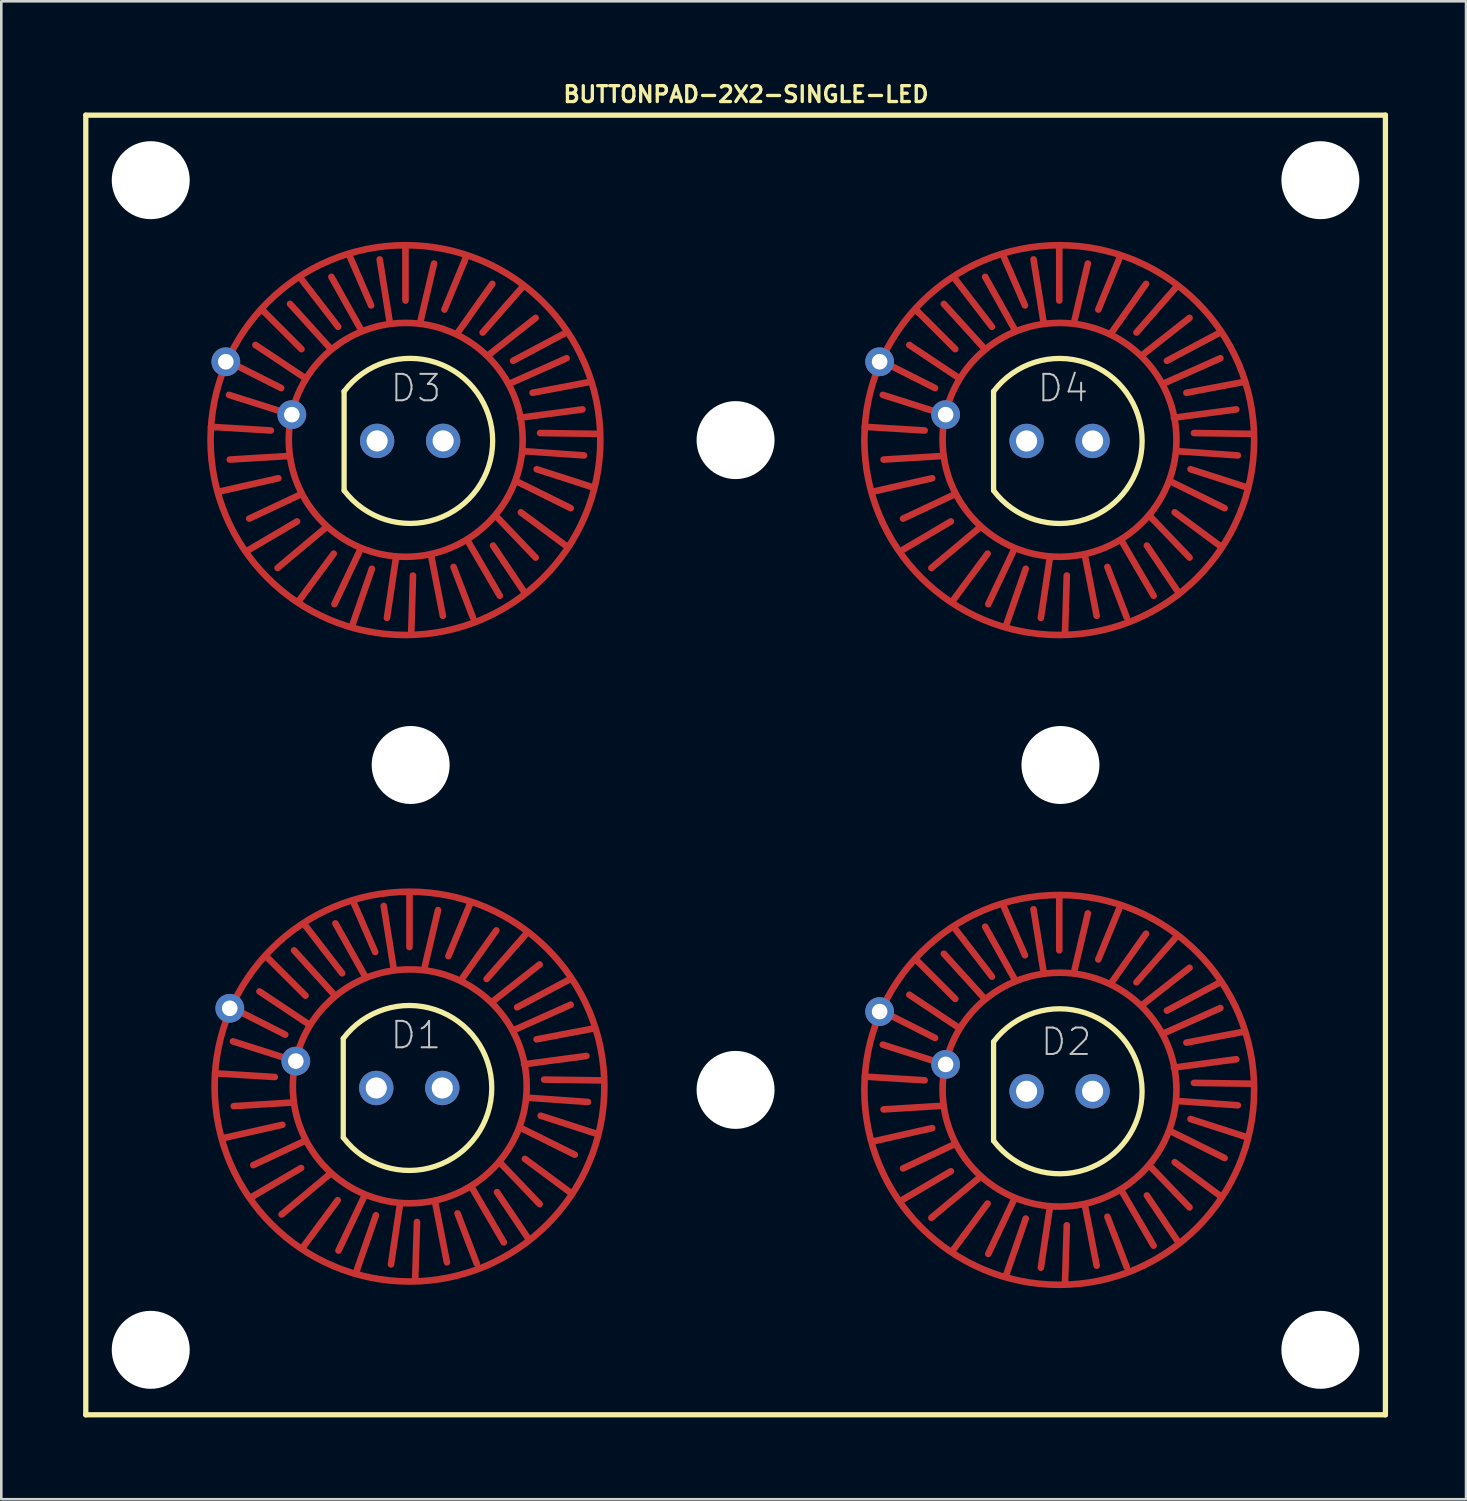
<source format=kicad_pcb>
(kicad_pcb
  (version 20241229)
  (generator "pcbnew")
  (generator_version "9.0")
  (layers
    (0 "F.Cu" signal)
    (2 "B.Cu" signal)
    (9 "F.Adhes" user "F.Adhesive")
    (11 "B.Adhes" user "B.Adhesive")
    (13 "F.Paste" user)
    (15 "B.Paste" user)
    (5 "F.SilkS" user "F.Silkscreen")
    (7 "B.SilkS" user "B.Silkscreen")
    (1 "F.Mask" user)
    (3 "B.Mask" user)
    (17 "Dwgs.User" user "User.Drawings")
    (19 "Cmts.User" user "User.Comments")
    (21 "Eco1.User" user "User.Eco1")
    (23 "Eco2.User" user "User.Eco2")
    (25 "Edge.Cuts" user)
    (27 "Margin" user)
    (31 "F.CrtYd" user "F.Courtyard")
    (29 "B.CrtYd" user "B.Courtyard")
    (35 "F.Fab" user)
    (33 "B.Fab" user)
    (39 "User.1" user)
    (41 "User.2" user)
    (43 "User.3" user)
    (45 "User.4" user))
  (footprint "BUTTONPAD-2X2-SINGLE-LED"
    (layer "F.Cu")
    (at 0.25 51.38)
    (property "Reference" "BUTTONPAD-2X2-SINGLE-LED" (at 25.4 -50.8 0) (layer "F.SilkS") (effects (font (size 0.61 0.61) (thickness 0.127))))
    (attr exclude_from_pos_files exclude_from_bom)
    (fp_line (start 4.818 -38.009) (end 7.12 -37.869) (stroke (width 0.254) (type solid)) (layer "F.Cu"))
    (fp_line (start 4.973 -13.137) (end 7.272 -12.995) (stroke (width 0.254) (type solid)) (layer "F.Cu"))
    (fp_line (start 5.138 -35.519) (end 7.409 -36.03) (stroke (width 0.254) (type solid)) (layer "F.Cu"))
    (fp_line (start 5.293 -10.645) (end 7.562 -11.156) (stroke (width 0.254) (type solid)) (layer "F.Cu"))
    (fp_line (start 5.458 -40.538) (end 7.518 -39.5) (stroke (width 0.254) (type solid)) (layer "F.Cu"))
    (fp_line (start 5.613 -15.667) (end 7.673 -14.625) (stroke (width 0.254) (type solid)) (layer "F.Cu"))
    (fp_line (start 6.228 -33.249) (end 8.128 -34.369) (stroke (width 0.254) (type solid)) (layer "F.Cu"))
    (fp_line (start 6.383 -8.377) (end 8.283 -9.495) (stroke (width 0.254) (type solid)) (layer "F.Cu"))
    (fp_line (start 6.8 -42.499) (end 8.298 -40.998) (stroke (width 0.254) (type solid)) (layer "F.Cu"))
    (fp_line (start 6.952 -17.625) (end 8.453 -16.126) (stroke (width 0.254) (type solid)) (layer "F.Cu"))
    (fp_line (start 7.838 -38.499) (end 5.509 -39.238) (stroke (width 0.254) (type solid)) (layer "F.Cu"))
    (fp_line (start 7.838 -36.888) (end 5.54 -36.749) (stroke (width 0.254) (type solid)) (layer "F.Cu"))
    (fp_line (start 7.993 -13.625) (end 5.662 -14.366) (stroke (width 0.254) (type solid)) (layer "F.Cu"))
    (fp_line (start 7.993 -12.017) (end 5.692 -11.874) (stroke (width 0.254) (type solid)) (layer "F.Cu"))
    (fp_line (start 8.209 -31.328) (end 9.538 -33.129) (stroke (width 0.254) (type solid)) (layer "F.Cu"))
    (fp_line (start 8.288 -43.698) (end 9.708 -41.859) (stroke (width 0.254) (type solid)) (layer "F.Cu"))
    (fp_line (start 8.288 -35.418) (end 6.289 -34.478) (stroke (width 0.254) (type solid)) (layer "F.Cu"))
    (fp_line (start 8.362 -6.457) (end 9.693 -8.255) (stroke (width 0.254) (type solid)) (layer "F.Cu"))
    (fp_line (start 8.443 -18.826) (end 9.863 -16.985) (stroke (width 0.254) (type solid)) (layer "F.Cu"))
    (fp_line (start 8.443 -10.546) (end 6.444 -9.606) (stroke (width 0.254) (type solid)) (layer "F.Cu"))
    (fp_line (start 8.448 -39.878) (end 6.528 -41.158) (stroke (width 0.254) (type solid)) (layer "F.Cu"))
    (fp_line (start 8.603 -15.006) (end 6.683 -16.286) (stroke (width 0.254) (type solid)) (layer "F.Cu"))
    (fp_line (start 9.228 -34.13) (end 7.379 -32.578) (stroke (width 0.254) (type solid)) (layer "F.Cu"))
    (fp_line (start 9.383 -9.256) (end 7.534 -7.706) (stroke (width 0.254) (type solid)) (layer "F.Cu"))
    (fp_line (start 9.388 -41.049) (end 7.859 -42.738) (stroke (width 0.254) (type solid)) (layer "F.Cu"))
    (fp_line (start 9.543 -16.175) (end 8.014 -17.866) (stroke (width 0.254) (type solid)) (layer "F.Cu"))
    (fp_line (start 10.14 -44.607) (end 10.978 -42.68) (stroke (width 0.254) (type solid)) (layer "F.Cu"))
    (fp_line (start 10.269 -30.419) (end 11.008 -32.548) (stroke (width 0.254) (type solid)) (layer "F.Cu"))
    (fp_line (start 10.292 -19.736) (end 11.133 -17.805) (stroke (width 0.254) (type solid)) (layer "F.Cu"))
    (fp_line (start 10.422 -5.545) (end 11.163 -7.676) (stroke (width 0.254) (type solid)) (layer "F.Cu"))
    (fp_line (start 10.559 -41.798) (end 9.449 -43.779) (stroke (width 0.254) (type solid)) (layer "F.Cu"))
    (fp_line (start 10.559 -33.279) (end 9.568 -31.189) (stroke (width 0.254) (type solid)) (layer "F.Cu"))
    (fp_line (start 10.714 -16.927) (end 9.604 -18.905) (stroke (width 0.254) (type solid)) (layer "F.Cu"))
    (fp_line (start 10.714 -8.405) (end 9.723 -6.317) (stroke (width 0.254) (type solid)) (layer "F.Cu"))
    (fp_line (start 11.689 -42.067) (end 11.308 -44.45) (stroke (width 0.254) (type solid)) (layer "F.Cu"))
    (fp_line (start 11.841 -17.196) (end 11.463 -19.576) (stroke (width 0.254) (type solid)) (layer "F.Cu"))
    (fp_line (start 11.928 -32.929) (end 11.587 -30.658) (stroke (width 0.254) (type solid)) (layer "F.Cu"))
    (fp_line (start 12.083 -8.057) (end 11.742 -5.786) (stroke (width 0.254) (type solid)) (layer "F.Cu"))
    (fp_line (start 12.299 -44.958) (end 12.299 -42.868) (stroke (width 0.254) (type solid)) (layer "F.Cu"))
    (fp_line (start 12.454 -20.086) (end 12.454 -17.996) (stroke (width 0.254) (type solid)) (layer "F.Cu"))
    (fp_line (start 12.52 -30.058) (end 12.588 -32.288) (stroke (width 0.254) (type solid)) (layer "F.Cu"))
    (fp_line (start 12.672 -5.187) (end 12.743 -7.417) (stroke (width 0.254) (type solid)) (layer "F.Cu"))
    (fp_line (start 12.888 -42.118) (end 13.399 -44.29) (stroke (width 0.254) (type solid)) (layer "F.Cu"))
    (fp_line (start 13.043 -17.247) (end 13.553 -19.416) (stroke (width 0.254) (type solid)) (layer "F.Cu"))
    (fp_line (start 13.289 -33.038) (end 13.739 -30.739) (stroke (width 0.254) (type solid)) (layer "F.Cu"))
    (fp_line (start 13.442 -8.166) (end 13.894 -5.865) (stroke (width 0.254) (type solid)) (layer "F.Cu"))
    (fp_line (start 14.28 -41.59) (end 15.639 -43.508) (stroke (width 0.254) (type solid)) (layer "F.Cu"))
    (fp_line (start 14.432 -16.716) (end 15.794 -18.636) (stroke (width 0.254) (type solid)) (layer "F.Cu"))
    (fp_line (start 14.628 -44.529) (end 13.8 -42.52) (stroke (width 0.254) (type solid)) (layer "F.Cu"))
    (fp_line (start 14.709 -33.599) (end 15.928 -31.509) (stroke (width 0.254) (type solid)) (layer "F.Cu"))
    (fp_line (start 14.783 -19.655) (end 13.952 -17.645) (stroke (width 0.254) (type solid)) (layer "F.Cu"))
    (fp_line (start 14.862 -8.725) (end 16.083 -6.634) (stroke (width 0.254) (type solid)) (layer "F.Cu"))
    (fp_line (start 14.889 -30.688) (end 14.148 -32.619) (stroke (width 0.254) (type solid)) (layer "F.Cu"))
    (fp_line (start 15.042 -5.817) (end 14.303 -7.747) (stroke (width 0.254) (type solid)) (layer "F.Cu"))
    (fp_line (start 15.479 -40.759) (end 17.308 -42.2) (stroke (width 0.254) (type solid)) (layer "F.Cu"))
    (fp_line (start 15.634 -15.885) (end 17.462 -17.325) (stroke (width 0.254) (type solid)) (layer "F.Cu"))
    (fp_line (start 15.799 -34.559) (end 17.308 -32.979) (stroke (width 0.254) (type solid)) (layer "F.Cu"))
    (fp_line (start 15.954 -9.685) (end 17.462 -8.105) (stroke (width 0.254) (type solid)) (layer "F.Cu"))
    (fp_line (start 16.279 -39.66) (end 18.499 -40.648) (stroke (width 0.254) (type solid)) (layer "F.Cu"))
    (fp_line (start 16.434 -14.785) (end 18.654 -15.776) (stroke (width 0.254) (type solid)) (layer "F.Cu"))
    (fp_line (start 16.599 -35.898) (end 18.659 -34.879) (stroke (width 0.254) (type solid)) (layer "F.Cu"))
    (fp_line (start 16.708 -38.359) (end 19.108 -38.679) (stroke (width 0.254) (type solid)) (layer "F.Cu"))
    (fp_line (start 16.754 -11.026) (end 18.814 -10.005) (stroke (width 0.254) (type solid)) (layer "F.Cu"))
    (fp_line (start 16.82 -43.409) (end 15.268 -41.638) (stroke (width 0.254) (type solid)) (layer "F.Cu"))
    (fp_line (start 16.838 -31.699) (end 15.669 -33.439) (stroke (width 0.254) (type solid)) (layer "F.Cu"))
    (fp_line (start 16.863 -13.485) (end 19.263 -13.805) (stroke (width 0.254) (type solid)) (layer "F.Cu"))
    (fp_line (start 16.899 -37.069) (end 19.169 -36.909) (stroke (width 0.254) (type solid)) (layer "F.Cu"))
    (fp_line (start 16.972 -18.537) (end 15.423 -16.767) (stroke (width 0.254) (type solid)) (layer "F.Cu"))
    (fp_line (start 16.993 -6.825) (end 15.822 -8.565) (stroke (width 0.254) (type solid)) (layer "F.Cu"))
    (fp_line (start 17.054 -12.195) (end 19.322 -12.035) (stroke (width 0.254) (type solid)) (layer "F.Cu"))
    (fp_line (start 18.448 -41.618) (end 16.439 -40.549) (stroke (width 0.254) (type solid)) (layer "F.Cu"))
    (fp_line (start 18.468 -33.439) (end 16.739 -34.719) (stroke (width 0.254) (type solid)) (layer "F.Cu"))
    (fp_line (start 18.603 -16.746) (end 16.594 -15.677) (stroke (width 0.254) (type solid)) (layer "F.Cu"))
    (fp_line (start 18.623 -8.565) (end 16.894 -9.845) (stroke (width 0.254) (type solid)) (layer "F.Cu"))
    (fp_line (start 19.408 -39.738) (end 17.188 -39.319) (stroke (width 0.254) (type solid)) (layer "F.Cu"))
    (fp_line (start 19.52 -35.679) (end 17.348 -36.378) (stroke (width 0.254) (type solid)) (layer "F.Cu"))
    (fp_line (start 19.563 -14.867) (end 17.343 -14.445) (stroke (width 0.254) (type solid)) (layer "F.Cu"))
    (fp_line (start 19.672 -10.805) (end 17.503 -11.506) (stroke (width 0.254) (type solid)) (layer "F.Cu"))
    (fp_line (start 19.68 -37.739) (end 17.478 -37.77) (stroke (width 0.254) (type solid)) (layer "F.Cu"))
    (fp_line (start 19.832 -12.865) (end 17.633 -12.896) (stroke (width 0.254) (type solid)) (layer "F.Cu"))
    (fp_line (start 29.972 -38.009) (end 32.273 -37.869) (stroke (width 0.254) (type solid)) (layer "F.Cu"))
    (fp_line (start 29.972 -13.01) (end 32.273 -12.868) (stroke (width 0.254) (type solid)) (layer "F.Cu"))
    (fp_line (start 30.292 -35.519) (end 32.563 -36.03) (stroke (width 0.254) (type solid)) (layer "F.Cu"))
    (fp_line (start 30.292 -10.518) (end 32.563 -11.029) (stroke (width 0.254) (type solid)) (layer "F.Cu"))
    (fp_line (start 30.612 -40.538) (end 32.672 -39.5) (stroke (width 0.254) (type solid)) (layer "F.Cu"))
    (fp_line (start 30.612 -15.54) (end 32.672 -14.498) (stroke (width 0.254) (type solid)) (layer "F.Cu"))
    (fp_line (start 31.382 -33.249) (end 33.282 -34.369) (stroke (width 0.254) (type solid)) (layer "F.Cu"))
    (fp_line (start 31.382 -8.25) (end 33.282 -9.368) (stroke (width 0.254) (type solid)) (layer "F.Cu"))
    (fp_line (start 31.953 -42.499) (end 33.452 -40.998) (stroke (width 0.254) (type solid)) (layer "F.Cu"))
    (fp_line (start 31.953 -17.498) (end 33.452 -15.999) (stroke (width 0.254) (type solid)) (layer "F.Cu"))
    (fp_line (start 32.992 -38.499) (end 30.663 -39.238) (stroke (width 0.254) (type solid)) (layer "F.Cu"))
    (fp_line (start 32.992 -36.888) (end 30.693 -36.749) (stroke (width 0.254) (type solid)) (layer "F.Cu"))
    (fp_line (start 32.992 -13.498) (end 30.663 -14.239) (stroke (width 0.254) (type solid)) (layer "F.Cu"))
    (fp_line (start 32.992 -11.89) (end 30.693 -11.748) (stroke (width 0.254) (type solid)) (layer "F.Cu"))
    (fp_line (start 33.363 -31.328) (end 34.694 -33.129) (stroke (width 0.254) (type solid)) (layer "F.Cu"))
    (fp_line (start 33.363 -6.33) (end 34.694 -8.128) (stroke (width 0.254) (type solid)) (layer "F.Cu"))
    (fp_line (start 33.442 -43.698) (end 34.861 -41.859) (stroke (width 0.254) (type solid)) (layer "F.Cu"))
    (fp_line (start 33.442 -35.418) (end 31.443 -34.478) (stroke (width 0.254) (type solid)) (layer "F.Cu"))
    (fp_line (start 33.442 -18.699) (end 34.861 -16.858) (stroke (width 0.254) (type solid)) (layer "F.Cu"))
    (fp_line (start 33.442 -10.419) (end 31.443 -9.479) (stroke (width 0.254) (type solid)) (layer "F.Cu"))
    (fp_line (start 33.602 -39.878) (end 31.684 -41.158) (stroke (width 0.254) (type solid)) (layer "F.Cu"))
    (fp_line (start 33.602 -14.879) (end 31.684 -16.159) (stroke (width 0.254) (type solid)) (layer "F.Cu"))
    (fp_line (start 34.384 -34.13) (end 32.532 -32.578) (stroke (width 0.254) (type solid)) (layer "F.Cu"))
    (fp_line (start 34.384 -9.129) (end 32.532 -7.579) (stroke (width 0.254) (type solid)) (layer "F.Cu"))
    (fp_line (start 34.544 -41.049) (end 33.012 -42.738) (stroke (width 0.254) (type solid)) (layer "F.Cu"))
    (fp_line (start 34.544 -16.048) (end 33.012 -17.739) (stroke (width 0.254) (type solid)) (layer "F.Cu"))
    (fp_line (start 35.293 -44.607) (end 36.132 -42.68) (stroke (width 0.254) (type solid)) (layer "F.Cu"))
    (fp_line (start 35.293 -19.609) (end 36.132 -17.678) (stroke (width 0.254) (type solid)) (layer "F.Cu"))
    (fp_line (start 35.423 -30.419) (end 36.162 -32.548) (stroke (width 0.254) (type solid)) (layer "F.Cu"))
    (fp_line (start 35.423 -5.418) (end 36.162 -7.549) (stroke (width 0.254) (type solid)) (layer "F.Cu"))
    (fp_line (start 35.712 -41.798) (end 34.602 -43.779) (stroke (width 0.254) (type solid)) (layer "F.Cu"))
    (fp_line (start 35.712 -33.279) (end 34.722 -31.189) (stroke (width 0.254) (type solid)) (layer "F.Cu"))
    (fp_line (start 35.712 -16.8) (end 34.602 -18.778) (stroke (width 0.254) (type solid)) (layer "F.Cu"))
    (fp_line (start 35.712 -8.278) (end 34.722 -6.19) (stroke (width 0.254) (type solid)) (layer "F.Cu"))
    (fp_line (start 36.843 -42.067) (end 36.462 -44.45) (stroke (width 0.254) (type solid)) (layer "F.Cu"))
    (fp_line (start 36.843 -17.069) (end 36.462 -19.449) (stroke (width 0.254) (type solid)) (layer "F.Cu"))
    (fp_line (start 37.084 -32.929) (end 36.744 -30.658) (stroke (width 0.254) (type solid)) (layer "F.Cu"))
    (fp_line (start 37.084 -7.93) (end 36.744 -5.659) (stroke (width 0.254) (type solid)) (layer "F.Cu"))
    (fp_line (start 37.452 -44.958) (end 37.452 -42.868) (stroke (width 0.254) (type solid)) (layer "F.Cu"))
    (fp_line (start 37.452 -19.959) (end 37.452 -17.869) (stroke (width 0.254) (type solid)) (layer "F.Cu"))
    (fp_line (start 37.673 -30.058) (end 37.742 -32.288) (stroke (width 0.254) (type solid)) (layer "F.Cu"))
    (fp_line (start 37.673 -5.06) (end 37.742 -7.29) (stroke (width 0.254) (type solid)) (layer "F.Cu"))
    (fp_line (start 38.042 -42.118) (end 38.552 -44.29) (stroke (width 0.254) (type solid)) (layer "F.Cu"))
    (fp_line (start 38.042 -17.12) (end 38.552 -19.289) (stroke (width 0.254) (type solid)) (layer "F.Cu"))
    (fp_line (start 38.443 -33.038) (end 38.892 -30.739) (stroke (width 0.254) (type solid)) (layer "F.Cu"))
    (fp_line (start 38.443 -8.039) (end 38.892 -5.738) (stroke (width 0.254) (type solid)) (layer "F.Cu"))
    (fp_line (start 39.434 -41.59) (end 40.792 -43.508) (stroke (width 0.254) (type solid)) (layer "F.Cu"))
    (fp_line (start 39.434 -16.589) (end 40.792 -18.509) (stroke (width 0.254) (type solid)) (layer "F.Cu"))
    (fp_line (start 39.781 -44.529) (end 38.953 -42.52) (stroke (width 0.254) (type solid)) (layer "F.Cu"))
    (fp_line (start 39.781 -19.528) (end 38.953 -17.518) (stroke (width 0.254) (type solid)) (layer "F.Cu"))
    (fp_line (start 39.863 -33.599) (end 41.082 -31.509) (stroke (width 0.254) (type solid)) (layer "F.Cu"))
    (fp_line (start 39.863 -8.598) (end 41.082 -6.507) (stroke (width 0.254) (type solid)) (layer "F.Cu"))
    (fp_line (start 40.043 -30.688) (end 39.304 -32.619) (stroke (width 0.254) (type solid)) (layer "F.Cu"))
    (fp_line (start 40.043 -5.69) (end 39.304 -7.62) (stroke (width 0.254) (type solid)) (layer "F.Cu"))
    (fp_line (start 40.632 -40.759) (end 42.464 -42.2) (stroke (width 0.254) (type solid)) (layer "F.Cu"))
    (fp_line (start 40.632 -15.758) (end 42.464 -17.198) (stroke (width 0.254) (type solid)) (layer "F.Cu"))
    (fp_line (start 40.952 -34.559) (end 42.464 -32.979) (stroke (width 0.254) (type solid)) (layer "F.Cu"))
    (fp_line (start 40.952 -9.558) (end 42.464 -7.978) (stroke (width 0.254) (type solid)) (layer "F.Cu"))
    (fp_line (start 41.432 -39.66) (end 43.652 -40.648) (stroke (width 0.254) (type solid)) (layer "F.Cu"))
    (fp_line (start 41.432 -14.658) (end 43.652 -15.649) (stroke (width 0.254) (type solid)) (layer "F.Cu"))
    (fp_line (start 41.753 -35.898) (end 43.812 -34.879) (stroke (width 0.254) (type solid)) (layer "F.Cu"))
    (fp_line (start 41.753 -10.899) (end 43.812 -9.878) (stroke (width 0.254) (type solid)) (layer "F.Cu"))
    (fp_line (start 41.862 -38.359) (end 44.262 -38.679) (stroke (width 0.254) (type solid)) (layer "F.Cu"))
    (fp_line (start 41.862 -13.358) (end 44.262 -13.678) (stroke (width 0.254) (type solid)) (layer "F.Cu"))
    (fp_line (start 41.974 -43.409) (end 40.422 -41.638) (stroke (width 0.254) (type solid)) (layer "F.Cu"))
    (fp_line (start 41.974 -18.41) (end 40.422 -16.64) (stroke (width 0.254) (type solid)) (layer "F.Cu"))
    (fp_line (start 41.994 -31.699) (end 40.823 -33.439) (stroke (width 0.254) (type solid)) (layer "F.Cu"))
    (fp_line (start 41.994 -6.698) (end 40.823 -8.438) (stroke (width 0.254) (type solid)) (layer "F.Cu"))
    (fp_line (start 42.052 -37.069) (end 44.323 -36.909) (stroke (width 0.254) (type solid)) (layer "F.Cu"))
    (fp_line (start 42.052 -12.068) (end 44.323 -11.908) (stroke (width 0.254) (type solid)) (layer "F.Cu"))
    (fp_line (start 43.602 -41.618) (end 41.593 -40.549) (stroke (width 0.254) (type solid)) (layer "F.Cu"))
    (fp_line (start 43.602 -16.619) (end 41.593 -15.55) (stroke (width 0.254) (type solid)) (layer "F.Cu"))
    (fp_line (start 43.622 -33.439) (end 41.892 -34.719) (stroke (width 0.254) (type solid)) (layer "F.Cu"))
    (fp_line (start 43.622 -8.438) (end 41.892 -9.718) (stroke (width 0.254) (type solid)) (layer "F.Cu"))
    (fp_line (start 44.562 -39.738) (end 42.342 -39.319) (stroke (width 0.254) (type solid)) (layer "F.Cu"))
    (fp_line (start 44.562 -14.74) (end 42.342 -14.318) (stroke (width 0.254) (type solid)) (layer "F.Cu"))
    (fp_line (start 44.674 -35.679) (end 42.502 -36.378) (stroke (width 0.254) (type solid)) (layer "F.Cu"))
    (fp_line (start 44.674 -10.678) (end 42.502 -11.379) (stroke (width 0.254) (type solid)) (layer "F.Cu"))
    (fp_line (start 44.834 -37.739) (end 42.634 -37.77) (stroke (width 0.254) (type solid)) (layer "F.Cu"))
    (fp_line (start 44.834 -12.738) (end 42.634 -12.769) (stroke (width 0.254) (type solid)) (layer "F.Cu"))
    (fp_circle (center 12.299 -37.498) (end 12.299 -44.996) (stroke (width 0.254) (type solid)) (fill no) (layer "F.Cu"))
    (fp_circle (center 12.309 -37.508) (end 12.309 -42.007) (stroke (width 0.254) (type solid)) (fill no) (layer "F.Cu"))
    (fp_circle (center 12.454 -12.626) (end 12.454 -20.124) (stroke (width 0.254) (type solid)) (fill no) (layer "F.Cu"))
    (fp_circle (center 12.464 -12.636) (end 12.464 -17.135) (stroke (width 0.254) (type solid)) (fill no) (layer "F.Cu"))
    (fp_circle (center 37.452 -37.498) (end 37.452 -44.996) (stroke (width 0.254) (type solid)) (fill no) (layer "F.Cu"))
    (fp_circle (center 37.452 -12.499) (end 37.452 -19.997) (stroke (width 0.254) (type solid)) (fill no) (layer "F.Cu"))
    (fp_circle (center 37.462 -37.508) (end 37.462 -42.007) (stroke (width 0.254) (type solid)) (fill no) (layer "F.Cu"))
    (fp_circle (center 37.462 -12.509) (end 37.462 -17.008) (stroke (width 0.254) (type solid)) (fill no) (layer "F.Cu"))
    (fp_line (start 4.829 -38.009) (end 7.12 -37.869) (stroke (width 0.254) (type solid)) (layer "F.Mask"))
    (fp_line (start 4.983 -13.137) (end 7.272 -12.995) (stroke (width 0.254) (type solid)) (layer "F.Mask"))
    (fp_line (start 5.458 -40.528) (end 7.518 -39.5) (stroke (width 0.254) (type solid)) (layer "F.Mask"))
    (fp_line (start 5.509 -39.238) (end 7.879 -38.478) (stroke (width 0.254) (type solid)) (layer "F.Mask"))
    (fp_line (start 5.54 -36.749) (end 7.838 -36.899) (stroke (width 0.254) (type solid)) (layer "F.Mask"))
    (fp_line (start 5.613 -15.657) (end 7.673 -14.625) (stroke (width 0.254) (type solid)) (layer "F.Mask"))
    (fp_line (start 5.662 -14.366) (end 8.031 -13.607) (stroke (width 0.254) (type solid)) (layer "F.Mask"))
    (fp_line (start 5.692 -11.874) (end 7.993 -12.027) (stroke (width 0.254) (type solid)) (layer "F.Mask"))
    (fp_line (start 6.18 -33.218) (end 8.128 -34.369) (stroke (width 0.254) (type solid)) (layer "F.Mask"))
    (fp_line (start 6.289 -34.478) (end 8.288 -35.418) (stroke (width 0.254) (type solid)) (layer "F.Mask"))
    (fp_line (start 6.332 -8.346) (end 8.283 -9.495) (stroke (width 0.254) (type solid)) (layer "F.Mask"))
    (fp_line (start 6.444 -9.606) (end 8.443 -10.546) (stroke (width 0.254) (type solid)) (layer "F.Mask"))
    (fp_line (start 6.528 -41.158) (end 8.39 -39.929) (stroke (width 0.254) (type solid)) (layer "F.Mask"))
    (fp_line (start 6.683 -16.286) (end 8.542 -15.055) (stroke (width 0.254) (type solid)) (layer "F.Mask"))
    (fp_line (start 6.779 -42.509) (end 8.298 -40.998) (stroke (width 0.254) (type solid)) (layer "F.Mask"))
    (fp_line (start 6.932 -17.635) (end 8.453 -16.126) (stroke (width 0.254) (type solid)) (layer "F.Mask"))
    (fp_line (start 7.409 -36.03) (end 5.128 -35.519) (stroke (width 0.254) (type solid)) (layer "F.Mask"))
    (fp_line (start 7.562 -11.156) (end 5.283 -10.645) (stroke (width 0.254) (type solid)) (layer "F.Mask"))
    (fp_line (start 7.859 -42.738) (end 9.418 -41.018) (stroke (width 0.254) (type solid)) (layer "F.Mask"))
    (fp_line (start 8.014 -17.866) (end 9.573 -16.147) (stroke (width 0.254) (type solid)) (layer "F.Mask"))
    (fp_line (start 8.258 -43.739) (end 9.708 -41.859) (stroke (width 0.254) (type solid)) (layer "F.Mask"))
    (fp_line (start 8.412 -18.865) (end 9.863 -16.985) (stroke (width 0.254) (type solid)) (layer "F.Mask"))
    (fp_line (start 9.248 -34.158) (end 7.379 -32.578) (stroke (width 0.254) (type solid)) (layer "F.Mask"))
    (fp_line (start 9.403 -9.286) (end 7.534 -7.706) (stroke (width 0.254) (type solid)) (layer "F.Mask"))
    (fp_line (start 9.449 -43.779) (end 10.559 -41.798) (stroke (width 0.254) (type solid)) (layer "F.Mask"))
    (fp_line (start 9.538 -33.129) (end 8.199 -31.278) (stroke (width 0.254) (type solid)) (layer "F.Mask"))
    (fp_line (start 9.558 -31.189) (end 10.549 -33.249) (stroke (width 0.254) (type solid)) (layer "F.Mask"))
    (fp_line (start 9.604 -18.905) (end 10.714 -16.927) (stroke (width 0.254) (type solid)) (layer "F.Mask"))
    (fp_line (start 9.693 -8.255) (end 8.352 -6.406) (stroke (width 0.254) (type solid)) (layer "F.Mask"))
    (fp_line (start 9.713 -6.317) (end 10.704 -8.377) (stroke (width 0.254) (type solid)) (layer "F.Mask"))
    (fp_line (start 10.978 -42.68) (end 10.119 -44.648) (stroke (width 0.254) (type solid)) (layer "F.Mask"))
    (fp_line (start 11.008 -32.548) (end 10.249 -30.368) (stroke (width 0.254) (type solid)) (layer "F.Mask"))
    (fp_line (start 11.133 -17.805) (end 10.272 -19.776) (stroke (width 0.254) (type solid)) (layer "F.Mask"))
    (fp_line (start 11.163 -7.676) (end 10.404 -5.497) (stroke (width 0.254) (type solid)) (layer "F.Mask"))
    (fp_line (start 11.587 -30.658) (end 11.938 -32.99) (stroke (width 0.254) (type solid)) (layer "F.Mask"))
    (fp_line (start 11.72 -41.979) (end 11.308 -44.45) (stroke (width 0.254) (type solid)) (layer "F.Mask"))
    (fp_line (start 11.742 -5.786) (end 12.093 -8.115) (stroke (width 0.254) (type solid)) (layer "F.Mask"))
    (fp_line (start 11.872 -17.107) (end 11.463 -19.576) (stroke (width 0.254) (type solid)) (layer "F.Mask"))
    (fp_line (start 12.299 -42.868) (end 12.299 -44.988) (stroke (width 0.254) (type solid)) (layer "F.Mask"))
    (fp_line (start 12.454 -17.996) (end 12.454 -20.117) (stroke (width 0.254) (type solid)) (layer "F.Mask"))
    (fp_line (start 12.588 -32.288) (end 12.52 -30.058) (stroke (width 0.254) (type solid)) (layer "F.Mask"))
    (fp_line (start 12.743 -7.417) (end 12.672 -5.187) (stroke (width 0.254) (type solid)) (layer "F.Mask"))
    (fp_line (start 12.857 -42.009) (end 13.399 -44.29) (stroke (width 0.254) (type solid)) (layer "F.Mask"))
    (fp_line (start 13.012 -17.135) (end 13.553 -19.416) (stroke (width 0.254) (type solid)) (layer "F.Mask"))
    (fp_line (start 13.739 -30.739) (end 13.279 -33.089) (stroke (width 0.254) (type solid)) (layer "F.Mask"))
    (fp_line (start 13.8 -42.52) (end 14.638 -44.539) (stroke (width 0.254) (type solid)) (layer "F.Mask"))
    (fp_line (start 13.894 -5.865) (end 13.432 -8.217) (stroke (width 0.254) (type solid)) (layer "F.Mask"))
    (fp_line (start 13.952 -17.645) (end 14.793 -19.665) (stroke (width 0.254) (type solid)) (layer "F.Mask"))
    (fp_line (start 14.148 -32.619) (end 14.928 -30.569) (stroke (width 0.254) (type solid)) (layer "F.Mask"))
    (fp_line (start 14.298 -41.598) (end 15.639 -43.508) (stroke (width 0.254) (type solid)) (layer "F.Mask"))
    (fp_line (start 14.303 -7.747) (end 15.083 -5.695) (stroke (width 0.254) (type solid)) (layer "F.Mask"))
    (fp_line (start 14.453 -16.726) (end 15.794 -18.636) (stroke (width 0.254) (type solid)) (layer "F.Mask"))
    (fp_line (start 15.489 -40.77) (end 17.308 -42.2) (stroke (width 0.254) (type solid)) (layer "F.Mask"))
    (fp_line (start 15.644 -15.895) (end 17.462 -17.325) (stroke (width 0.254) (type solid)) (layer "F.Mask"))
    (fp_line (start 15.669 -33.439) (end 16.868 -31.659) (stroke (width 0.254) (type solid)) (layer "F.Mask"))
    (fp_line (start 15.758 -34.6) (end 17.308 -32.979) (stroke (width 0.254) (type solid)) (layer "F.Mask"))
    (fp_line (start 15.822 -8.565) (end 17.023 -6.787) (stroke (width 0.254) (type solid)) (layer "F.Mask"))
    (fp_line (start 15.913 -9.726) (end 17.462 -8.105) (stroke (width 0.254) (type solid)) (layer "F.Mask"))
    (fp_line (start 15.928 -31.519) (end 14.679 -33.658) (stroke (width 0.254) (type solid)) (layer "F.Mask"))
    (fp_line (start 16.083 -6.645) (end 14.834 -8.786) (stroke (width 0.254) (type solid)) (layer "F.Mask"))
    (fp_line (start 16.33 -39.68) (end 18.499 -40.648) (stroke (width 0.254) (type solid)) (layer "F.Mask"))
    (fp_line (start 16.439 -40.549) (end 18.468 -41.638) (stroke (width 0.254) (type solid)) (layer "F.Mask"))
    (fp_line (start 16.482 -14.806) (end 18.654 -15.776) (stroke (width 0.254) (type solid)) (layer "F.Mask"))
    (fp_line (start 16.528 -35.928) (end 18.659 -34.879) (stroke (width 0.254) (type solid)) (layer "F.Mask"))
    (fp_line (start 16.594 -15.677) (end 18.623 -16.767) (stroke (width 0.254) (type solid)) (layer "F.Mask"))
    (fp_line (start 16.683 -11.057) (end 18.814 -10.005) (stroke (width 0.254) (type solid)) (layer "F.Mask"))
    (fp_line (start 16.739 -34.719) (end 18.489 -33.419) (stroke (width 0.254) (type solid)) (layer "F.Mask"))
    (fp_line (start 16.769 -38.359) (end 19.108 -38.679) (stroke (width 0.254) (type solid)) (layer "F.Mask"))
    (fp_line (start 16.81 -37.069) (end 19.169 -36.909) (stroke (width 0.254) (type solid)) (layer "F.Mask"))
    (fp_line (start 16.828 -43.419) (end 15.268 -41.638) (stroke (width 0.254) (type solid)) (layer "F.Mask"))
    (fp_line (start 16.894 -9.845) (end 18.644 -8.545) (stroke (width 0.254) (type solid)) (layer "F.Mask"))
    (fp_line (start 16.921 -13.485) (end 19.263 -13.805) (stroke (width 0.254) (type solid)) (layer "F.Mask"))
    (fp_line (start 16.962 -12.195) (end 19.322 -12.035) (stroke (width 0.254) (type solid)) (layer "F.Mask"))
    (fp_line (start 16.982 -18.545) (end 15.423 -16.767) (stroke (width 0.254) (type solid)) (layer "F.Mask"))
    (fp_line (start 17.188 -39.319) (end 19.428 -39.738) (stroke (width 0.254) (type solid)) (layer "F.Mask"))
    (fp_line (start 17.343 -14.445) (end 19.583 -14.867) (stroke (width 0.254) (type solid)) (layer "F.Mask"))
    (fp_line (start 17.348 -36.378) (end 19.469 -35.7) (stroke (width 0.254) (type solid)) (layer "F.Mask"))
    (fp_line (start 17.468 -37.77) (end 19.759 -37.739) (stroke (width 0.254) (type solid)) (layer "F.Mask"))
    (fp_line (start 17.503 -11.506) (end 19.622 -10.825) (stroke (width 0.254) (type solid)) (layer "F.Mask"))
    (fp_line (start 17.623 -12.896) (end 19.914 -12.865) (stroke (width 0.254) (type solid)) (layer "F.Mask"))
    (fp_line (start 29.982 -38.009) (end 32.273 -37.869) (stroke (width 0.254) (type solid)) (layer "F.Mask"))
    (fp_line (start 29.982 -13.01) (end 32.273 -12.868) (stroke (width 0.254) (type solid)) (layer "F.Mask"))
    (fp_line (start 30.612 -40.528) (end 32.672 -39.5) (stroke (width 0.254) (type solid)) (layer "F.Mask"))
    (fp_line (start 30.612 -15.53) (end 32.672 -14.498) (stroke (width 0.254) (type solid)) (layer "F.Mask"))
    (fp_line (start 30.663 -39.238) (end 33.033 -38.478) (stroke (width 0.254) (type solid)) (layer "F.Mask"))
    (fp_line (start 30.663 -14.239) (end 33.033 -13.48) (stroke (width 0.254) (type solid)) (layer "F.Mask"))
    (fp_line (start 30.693 -36.749) (end 32.992 -36.899) (stroke (width 0.254) (type solid)) (layer "F.Mask"))
    (fp_line (start 30.693 -11.748) (end 32.992 -11.9) (stroke (width 0.254) (type solid)) (layer "F.Mask"))
    (fp_line (start 31.333 -33.218) (end 33.282 -34.369) (stroke (width 0.254) (type solid)) (layer "F.Mask"))
    (fp_line (start 31.333 -8.219) (end 33.282 -9.368) (stroke (width 0.254) (type solid)) (layer "F.Mask"))
    (fp_line (start 31.443 -34.478) (end 33.442 -35.418) (stroke (width 0.254) (type solid)) (layer "F.Mask"))
    (fp_line (start 31.443 -9.479) (end 33.442 -10.419) (stroke (width 0.254) (type solid)) (layer "F.Mask"))
    (fp_line (start 31.684 -41.158) (end 33.543 -39.929) (stroke (width 0.254) (type solid)) (layer "F.Mask"))
    (fp_line (start 31.684 -16.159) (end 33.543 -14.928) (stroke (width 0.254) (type solid)) (layer "F.Mask"))
    (fp_line (start 31.933 -42.509) (end 33.452 -40.998) (stroke (width 0.254) (type solid)) (layer "F.Mask"))
    (fp_line (start 31.933 -17.508) (end 33.452 -15.999) (stroke (width 0.254) (type solid)) (layer "F.Mask"))
    (fp_line (start 32.563 -36.03) (end 30.282 -35.519) (stroke (width 0.254) (type solid)) (layer "F.Mask"))
    (fp_line (start 32.563 -11.029) (end 30.282 -10.518) (stroke (width 0.254) (type solid)) (layer "F.Mask"))
    (fp_line (start 33.012 -42.738) (end 34.572 -41.018) (stroke (width 0.254) (type solid)) (layer "F.Mask"))
    (fp_line (start 33.012 -17.739) (end 34.572 -16.02) (stroke (width 0.254) (type solid)) (layer "F.Mask"))
    (fp_line (start 33.414 -43.739) (end 34.861 -41.859) (stroke (width 0.254) (type solid)) (layer "F.Mask"))
    (fp_line (start 33.414 -18.738) (end 34.861 -16.858) (stroke (width 0.254) (type solid)) (layer "F.Mask"))
    (fp_line (start 34.402 -34.158) (end 32.532 -32.578) (stroke (width 0.254) (type solid)) (layer "F.Mask"))
    (fp_line (start 34.402 -9.159) (end 32.532 -7.579) (stroke (width 0.254) (type solid)) (layer "F.Mask"))
    (fp_line (start 34.602 -43.779) (end 35.712 -41.798) (stroke (width 0.254) (type solid)) (layer "F.Mask"))
    (fp_line (start 34.602 -18.778) (end 35.712 -16.8) (stroke (width 0.254) (type solid)) (layer "F.Mask"))
    (fp_line (start 34.694 -33.129) (end 33.353 -31.278) (stroke (width 0.254) (type solid)) (layer "F.Mask"))
    (fp_line (start 34.694 -8.128) (end 33.353 -6.279) (stroke (width 0.254) (type solid)) (layer "F.Mask"))
    (fp_line (start 34.712 -31.189) (end 35.702 -33.249) (stroke (width 0.254) (type solid)) (layer "F.Mask"))
    (fp_line (start 34.712 -6.19) (end 35.702 -8.25) (stroke (width 0.254) (type solid)) (layer "F.Mask"))
    (fp_line (start 36.132 -42.68) (end 35.273 -44.648) (stroke (width 0.254) (type solid)) (layer "F.Mask"))
    (fp_line (start 36.132 -17.678) (end 35.273 -19.649) (stroke (width 0.254) (type solid)) (layer "F.Mask"))
    (fp_line (start 36.162 -32.548) (end 35.403 -30.368) (stroke (width 0.254) (type solid)) (layer "F.Mask"))
    (fp_line (start 36.162 -7.549) (end 35.403 -5.37) (stroke (width 0.254) (type solid)) (layer "F.Mask"))
    (fp_line (start 36.744 -30.658) (end 37.092 -32.99) (stroke (width 0.254) (type solid)) (layer "F.Mask"))
    (fp_line (start 36.744 -5.659) (end 37.092 -7.988) (stroke (width 0.254) (type solid)) (layer "F.Mask"))
    (fp_line (start 36.873 -41.979) (end 36.462 -44.45) (stroke (width 0.254) (type solid)) (layer "F.Mask"))
    (fp_line (start 36.873 -16.98) (end 36.462 -19.449) (stroke (width 0.254) (type solid)) (layer "F.Mask"))
    (fp_line (start 37.452 -42.868) (end 37.452 -44.988) (stroke (width 0.254) (type solid)) (layer "F.Mask"))
    (fp_line (start 37.452 -17.869) (end 37.452 -19.99) (stroke (width 0.254) (type solid)) (layer "F.Mask"))
    (fp_line (start 37.742 -32.288) (end 37.673 -30.058) (stroke (width 0.254) (type solid)) (layer "F.Mask"))
    (fp_line (start 37.742 -7.29) (end 37.673 -5.06) (stroke (width 0.254) (type solid)) (layer "F.Mask"))
    (fp_line (start 38.014 -42.009) (end 38.552 -44.29) (stroke (width 0.254) (type solid)) (layer "F.Mask"))
    (fp_line (start 38.014 -17.008) (end 38.552 -19.289) (stroke (width 0.254) (type solid)) (layer "F.Mask"))
    (fp_line (start 38.892 -30.739) (end 38.433 -33.089) (stroke (width 0.254) (type solid)) (layer "F.Mask"))
    (fp_line (start 38.892 -5.738) (end 38.433 -8.09) (stroke (width 0.254) (type solid)) (layer "F.Mask"))
    (fp_line (start 38.953 -42.52) (end 39.792 -44.539) (stroke (width 0.254) (type solid)) (layer "F.Mask"))
    (fp_line (start 38.953 -17.518) (end 39.792 -19.538) (stroke (width 0.254) (type solid)) (layer "F.Mask"))
    (fp_line (start 39.304 -32.619) (end 40.084 -30.569) (stroke (width 0.254) (type solid)) (layer "F.Mask"))
    (fp_line (start 39.304 -7.62) (end 40.084 -5.568) (stroke (width 0.254) (type solid)) (layer "F.Mask"))
    (fp_line (start 39.454 -41.598) (end 40.792 -43.508) (stroke (width 0.254) (type solid)) (layer "F.Mask"))
    (fp_line (start 39.454 -16.599) (end 40.792 -18.509) (stroke (width 0.254) (type solid)) (layer "F.Mask"))
    (fp_line (start 40.643 -40.77) (end 42.464 -42.2) (stroke (width 0.254) (type solid)) (layer "F.Mask"))
    (fp_line (start 40.643 -15.768) (end 42.464 -17.198) (stroke (width 0.254) (type solid)) (layer "F.Mask"))
    (fp_line (start 40.823 -33.439) (end 42.022 -31.659) (stroke (width 0.254) (type solid)) (layer "F.Mask"))
    (fp_line (start 40.823 -8.438) (end 42.022 -6.66) (stroke (width 0.254) (type solid)) (layer "F.Mask"))
    (fp_line (start 40.912 -34.6) (end 42.464 -32.979) (stroke (width 0.254) (type solid)) (layer "F.Mask"))
    (fp_line (start 40.912 -9.599) (end 42.464 -7.978) (stroke (width 0.254) (type solid)) (layer "F.Mask"))
    (fp_line (start 41.082 -31.519) (end 39.832 -33.658) (stroke (width 0.254) (type solid)) (layer "F.Mask"))
    (fp_line (start 41.082 -6.518) (end 39.832 -8.659) (stroke (width 0.254) (type solid)) (layer "F.Mask"))
    (fp_line (start 41.483 -39.68) (end 43.652 -40.648) (stroke (width 0.254) (type solid)) (layer "F.Mask"))
    (fp_line (start 41.483 -14.679) (end 43.652 -15.649) (stroke (width 0.254) (type solid)) (layer "F.Mask"))
    (fp_line (start 41.593 -40.549) (end 43.622 -41.638) (stroke (width 0.254) (type solid)) (layer "F.Mask"))
    (fp_line (start 41.593 -15.55) (end 43.622 -16.64) (stroke (width 0.254) (type solid)) (layer "F.Mask"))
    (fp_line (start 41.684 -35.928) (end 43.812 -34.879) (stroke (width 0.254) (type solid)) (layer "F.Mask"))
    (fp_line (start 41.684 -10.93) (end 43.812 -9.878) (stroke (width 0.254) (type solid)) (layer "F.Mask"))
    (fp_line (start 41.892 -34.719) (end 43.642 -33.419) (stroke (width 0.254) (type solid)) (layer "F.Mask"))
    (fp_line (start 41.892 -9.718) (end 43.642 -8.418) (stroke (width 0.254) (type solid)) (layer "F.Mask"))
    (fp_line (start 41.923 -38.359) (end 44.262 -38.679) (stroke (width 0.254) (type solid)) (layer "F.Mask"))
    (fp_line (start 41.923 -13.358) (end 44.262 -13.678) (stroke (width 0.254) (type solid)) (layer "F.Mask"))
    (fp_line (start 41.963 -37.069) (end 44.323 -36.909) (stroke (width 0.254) (type solid)) (layer "F.Mask"))
    (fp_line (start 41.963 -12.068) (end 44.323 -11.908) (stroke (width 0.254) (type solid)) (layer "F.Mask"))
    (fp_line (start 41.984 -43.419) (end 40.422 -41.638) (stroke (width 0.254) (type solid)) (layer "F.Mask"))
    (fp_line (start 41.984 -18.418) (end 40.422 -16.64) (stroke (width 0.254) (type solid)) (layer "F.Mask"))
    (fp_line (start 42.342 -39.319) (end 44.582 -39.738) (stroke (width 0.254) (type solid)) (layer "F.Mask"))
    (fp_line (start 42.342 -14.318) (end 44.582 -14.74) (stroke (width 0.254) (type solid)) (layer "F.Mask"))
    (fp_line (start 42.502 -36.378) (end 44.623 -35.7) (stroke (width 0.254) (type solid)) (layer "F.Mask"))
    (fp_line (start 42.502 -11.379) (end 44.623 -10.698) (stroke (width 0.254) (type solid)) (layer "F.Mask"))
    (fp_line (start 42.624 -37.77) (end 44.912 -37.739) (stroke (width 0.254) (type solid)) (layer "F.Mask"))
    (fp_line (start 42.624 -12.769) (end 44.912 -12.738) (stroke (width 0.254) (type solid)) (layer "F.Mask"))
    (fp_circle (center 2.499 -47.498) (end 2.499 -49.497) (stroke (width 0.127) (type solid)) (fill no) (layer "F.Mask"))
    (fp_circle (center 2.499 -47.498) (end 2.499 -49.497) (stroke (width 0.127) (type solid)) (fill no) (layer "F.Mask"))
    (fp_circle (center 2.499 -2.499) (end 2.499 -4.498) (stroke (width 0.127) (type solid)) (fill no) (layer "F.Mask"))
    (fp_circle (center 2.499 -2.499) (end 2.499 -4.498) (stroke (width 0.127) (type solid)) (fill no) (layer "F.Mask"))
    (fp_circle (center 12.299 -37.508) (end 12.299 -42.017) (stroke (width 0.254) (type solid)) (fill no) (layer "F.Mask"))
    (fp_circle (center 12.299 -37.498) (end 12.299 -44.996) (stroke (width 0.254) (type solid)) (fill no) (layer "F.Mask"))
    (fp_circle (center 12.454 -12.636) (end 12.454 -17.145) (stroke (width 0.254) (type solid)) (fill no) (layer "F.Mask"))
    (fp_circle (center 12.454 -12.626) (end 12.454 -20.124) (stroke (width 0.254) (type solid)) (fill no) (layer "F.Mask"))
    (fp_circle (center 37.452 -37.508) (end 37.452 -42.017) (stroke (width 0.254) (type solid)) (fill no) (layer "F.Mask"))
    (fp_circle (center 37.452 -37.498) (end 37.452 -44.996) (stroke (width 0.254) (type solid)) (fill no) (layer "F.Mask"))
    (fp_circle (center 37.452 -12.509) (end 37.452 -17.018) (stroke (width 0.254) (type solid)) (fill no) (layer "F.Mask"))
    (fp_circle (center 37.452 -12.499) (end 37.452 -19.997) (stroke (width 0.254) (type solid)) (fill no) (layer "F.Mask"))
    (fp_circle (center 47.498 -47.498) (end 47.498 -49.497) (stroke (width 0.127) (type solid)) (fill no) (layer "F.Mask"))
    (fp_circle (center 47.498 -47.498) (end 47.498 -49.497) (stroke (width 0.127) (type solid)) (fill no) (layer "F.Mask"))
    (fp_circle (center 47.498 -2.499) (end 47.498 -4.498) (stroke (width 0.127) (type solid)) (fill no) (layer "F.Mask"))
    (fp_circle (center 47.498 -2.499) (end 47.498 -4.498) (stroke (width 0.127) (type solid)) (fill no) (layer "F.Mask"))
    (fp_line (start 0 -50) (end 50 -50) (stroke (width 0.203) (type solid)) (layer "F.SilkS"))
    (fp_line (start 0 0) (end 0 -50) (stroke (width 0.203) (type solid)) (layer "F.SilkS"))
    (fp_line (start 9.906 -14.475) (end 9.906 -10.668) (stroke (width 0.203) (type solid)) (layer "F.SilkS"))
    (fp_line (start 9.939 -39.373) (end 9.939 -35.563) (stroke (width 0.203) (type solid)) (layer "F.SilkS"))
    (fp_line (start 34.925 -39.37) (end 34.925 -35.56) (stroke (width 0.203) (type solid)) (layer "F.SilkS"))
    (fp_line (start 34.925 -14.348) (end 34.925 -10.541) (stroke (width 0.203) (type solid)) (layer "F.SilkS"))
    (fp_line (start 50 -50) (end 50 0) (stroke (width 0.203) (type solid)) (layer "F.SilkS"))
    (fp_line (start 50 0) (end 0 0) (stroke (width 0.203) (type solid)) (layer "F.SilkS"))
    (fp_arc (start 9.906 -14.47546) (mid 15.619474 -12.576699) (end 9.910442 -10.664623) (stroke (width 0.2032) (type solid)) (layer "F.SilkS"))
    (fp_arc (start 9.93902 -39.37254) (mid 15.65402 -37.469208) (end 9.941023 -35.559872) (stroke (width 0.2032) (type solid)) (layer "F.SilkS"))
    (fp_arc (start 34.925 -39.37) (mid 40.64 -37.466668) (end 34.927003 -35.557332) (stroke (width 0.2032) (type solid)) (layer "F.SilkS"))
    (fp_arc (start 34.925 -14.34846) (mid 40.638474 -12.449699) (end 34.929442 -10.537623) (stroke (width 0.2032) (type solid)) (layer "F.SilkS"))
    (fp_text user "D4" (at 37.592 -39.497 0) (layer "Dwgs.User") (effects (font (size 1.016 1.016) (thickness 0.076))))
    (fp_text user "D1" (at 12.7 -14.605 0) (layer "Dwgs.User") (effects (font (size 1.016 1.016) (thickness 0.076))))
    (fp_text user "D2" (at 37.719 -14.348 0) (layer "Dwgs.User") (effects (font (size 1.016 1.016) (thickness 0.076))))
    (fp_text user "D3" (at 12.7 -39.497 0) (layer "Dwgs.User") (effects (font (size 1.016 1.016) (thickness 0.076))))
    (pad "" np_thru_hole circle (at 2.499 -47.498) (size 3 3) (drill 3) (layers "*.Cu" "*.Mask"))
    (pad "" np_thru_hole circle (at 2.499 -2.499) (size 3 3) (drill 3) (layers "*.Cu" "*.Mask"))
    (pad "" np_thru_hole circle (at 12.499 -24.999) (size 3 3) (drill 3) (layers "*.Cu" "*.Mask"))
    (pad "" np_thru_hole circle (at 24.999 -37.498) (size 3 3) (drill 3) (layers "*.Cu" "*.Mask"))
    (pad "" np_thru_hole circle (at 24.999 -12.499) (size 3 3) (drill 3) (layers "*.Cu" "*.Mask"))
    (pad "" np_thru_hole circle (at 37.498 -24.999) (size 3 3) (drill 3) (layers "*.Cu" "*.Mask"))
    (pad "" np_thru_hole circle (at 47.498 -47.498) (size 3 3) (drill 3) (layers "*.Cu" "*.Mask"))
    (pad "" np_thru_hole circle (at 47.498 -2.499) (size 3 3) (drill 3) (layers "*.Cu" "*.Mask"))
    (pad "A1" thru_hole circle (at 13.716 -12.573) (size 1.321 1.321) (drill 0.813) (layers "*.Cu" "*.Paste" "*.Mask"))
    (pad "A2" thru_hole circle (at 38.735 -12.446) (size 1.321 1.321) (drill 0.813) (layers "*.Cu" "*.Paste" "*.Mask"))
    (pad "A3" thru_hole circle (at 13.749 -37.468) (size 1.321 1.321) (drill 0.813) (layers "*.Cu" "*.Paste" "*.Mask"))
    (pad "A4" thru_hole circle (at 38.735 -37.465) (size 1.321 1.321) (drill 0.813) (layers "*.Cu" "*.Paste" "*.Mask"))
    (pad "K1" thru_hole circle (at 11.176 -12.573) (size 1.321 1.321) (drill 0.813) (layers "*.Cu" "*.Paste" "*.Mask"))
    (pad "K2" thru_hole circle (at 36.195 -12.446) (size 1.321 1.321) (drill 0.813) (layers "*.Cu" "*.Paste" "*.Mask"))
    (pad "K3" thru_hole circle (at 11.209 -37.468) (size 1.321 1.321) (drill 0.813) (layers "*.Cu" "*.Paste" "*.Mask"))
    (pad "K4" thru_hole circle (at 36.195 -37.465) (size 1.321 1.321) (drill 0.813) (layers "*.Cu" "*.Paste" "*.Mask"))
    (pad "SIG1" thru_hole circle (at 5.54 -15.639) (size 1.107 1.107) (drill 0.599) (layers "*.Cu" "*.Paste" "*.Mask"))
    (pad "SIG2" thru_hole circle (at 8.08 -13.607) (size 1.107 1.107) (drill 0.599) (layers "*.Cu" "*.Paste" "*.Mask"))
    (pad "SIG3" thru_hole circle (at 30.541 -15.512) (size 1.107 1.107) (drill 0.599) (layers "*.Cu" "*.Paste" "*.Mask"))
    (pad "SIG4" thru_hole circle (at 33.081 -13.48) (size 1.107 1.107) (drill 0.599) (layers "*.Cu" "*.Paste" "*.Mask"))
    (pad "SIG5" thru_hole circle (at 5.387 -40.513) (size 1.107 1.107) (drill 0.599) (layers "*.Cu" "*.Paste" "*.Mask"))
    (pad "SIG6" thru_hole circle (at 7.927 -38.478) (size 1.107 1.107) (drill 0.599) (layers "*.Cu" "*.Paste" "*.Mask"))
    (pad "SIG7" thru_hole circle (at 30.541 -40.513) (size 1.107 1.107) (drill 0.599) (layers "*.Cu" "*.Paste" "*.Mask"))
    (pad "SIG8" thru_hole circle (at 33.081 -38.478) (size 1.107 1.107) (drill 0.599) (layers "*.Cu" "*.Paste" "*.Mask")))
  (gr_rect
    (start -3 -3)
    (end 53.352 54.63)
    (stroke (width 0.1) (type default))
    (fill no)
    (layer "Edge.Cuts")))
</source>
